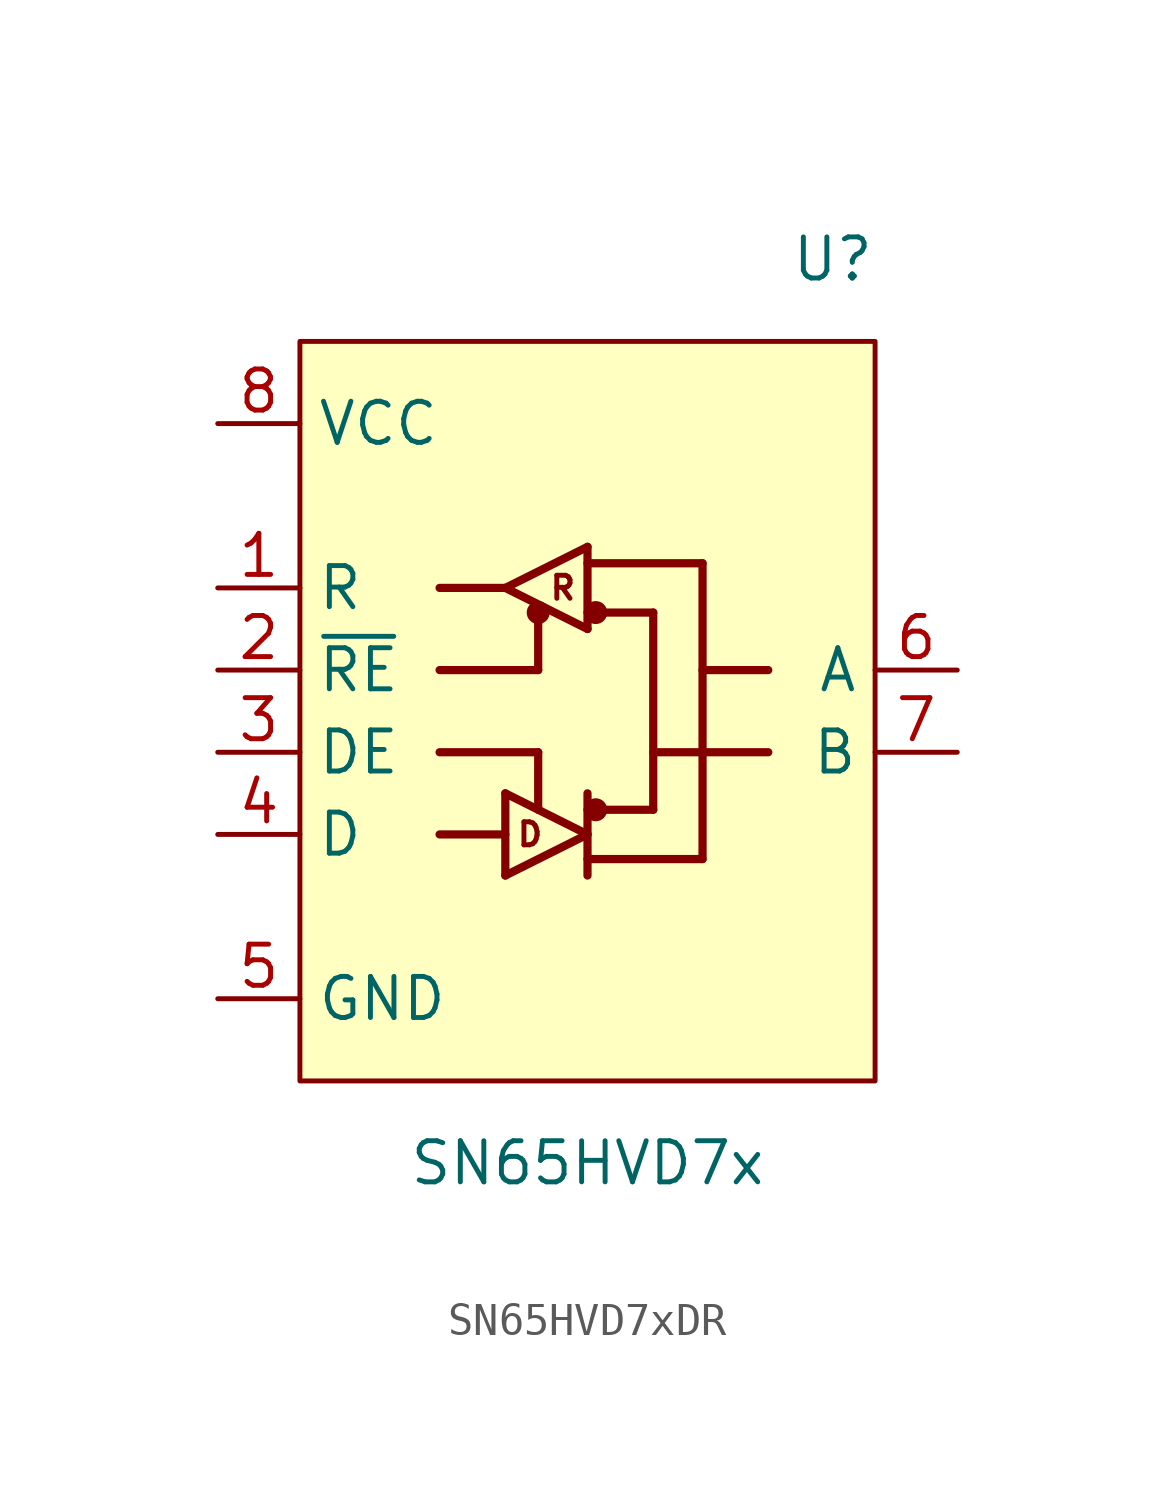
<source format=kicad_sym>
(kicad_symbol_lib
  (version 20231120)
  (generator "kicad_symbol_editor")
  (generator_version "8.0")
  (symbol "SN65HVD7xDR"
    (property "Reference" "U"
      (at 8.89 13.97 0)
      (effects (font (size 1.27 1.27)) (justify right)))
    (property "Value" "SN65HVD7x"
      (at 0 -13.97 0)
      (effects (font (size 1.27 1.27))))
    (symbol "SN65HVD7xDR_0_0"
      (pin output line (at -11.43 3.81 0) (length 2.54) (name "R" (effects (font (size 1.27 1.27)))) (number "1" (effects (font (size 1.27 1.27)))))
      (pin input line (at -11.43 1.27 0) (length 2.54) (name "~{RE}" (effects (font (size 1.27 1.27)))) (number "2" (effects (font (size 1.27 1.27)))))
      (pin input line (at -11.43 -1.27 0) (length 2.54) (name "DE" (effects (font (size 1.27 1.27)))) (number "3" (effects (font (size 1.27 1.27)))))
      (pin input line (at -11.43 -3.81 0) (length 2.54) (name "D" (effects (font (size 1.27 1.27)))) (number "4" (effects (font (size 1.27 1.27)))))
      (pin power_in line (at -11.43 -8.89 0) (length 2.54) (name "GND" (effects (font (size 1.27 1.27)))) (number "5" (effects (font (size 1.27 1.27)))))
      (pin bidirectional line (at 11.43 1.27 180) (length 2.54) (name "A" (effects (font (size 1.27 1.27)))) (number "6" (effects (font (size 1.27 1.27)))))
      (pin bidirectional line (at 11.43 -1.27 180) (length 2.54) (name "B" (effects (font (size 1.27 1.27)))) (number "7" (effects (font (size 1.27 1.27)))))
      (pin power_in line (at -11.43 8.89 0) (length 2.54) (name "VCC" (effects (font (size 1.27 1.27)))) (number "8" (effects (font (size 1.27 1.27))))))
    (symbol "SN65HVD7xDR_1_1"
      (rectangle (start -8.89 11.43) (end 8.89 -11.43) (stroke (width 0) (type default)) (fill (type background)))
      (circle (center -1.524 3.048) (radius 0.254) (stroke (width 0.203) (type default)) (fill (type outline)))
      (polyline (pts (xy -2.54 -5.08) (xy 0 -3.81)) (stroke (width 0.254) (type default)) (fill (type none)))
      (polyline (pts (xy -2.54 -3.81) (xy -4.572 -3.81)) (stroke (width 0.254) (type default)) (fill (type none)))
      (polyline (pts (xy -2.54 -2.54) (xy -2.54 -5.08)) (stroke (width 0.254) (type default)) (fill (type none)))
      (polyline (pts (xy -2.54 -2.54) (xy 0 -3.81)) (stroke (width 0.254) (type default)) (fill (type none)))
      (polyline (pts (xy -2.54 3.81) (xy -4.572 3.81)) (stroke (width 0.254) (type default)) (fill (type none)))
      (polyline (pts (xy -1.524 -1.27) (xy -4.572 -1.27)) (stroke (width 0.254) (type default)) (fill (type none)))
      (polyline (pts (xy -1.524 -1.27) (xy -1.524 -3.048)) (stroke (width 0.254) (type default)) (fill (type none)))
      (polyline (pts (xy -1.524 1.27) (xy -4.572 1.27)) (stroke (width 0.254) (type default)) (fill (type none)))
      (polyline (pts (xy -1.524 2.794) (xy -1.524 1.27)) (stroke (width 0.254) (type default)) (fill (type none)))
      (polyline (pts (xy 0 -4.572) (xy 3.556 -4.572)) (stroke (width 0.254) (type default)) (fill (type none)))
      (polyline (pts (xy 0 -3.048) (xy 2.032 -3.048)) (stroke (width 0.254) (type default)) (fill (type none)))
      (polyline (pts (xy 0 -2.54) (xy 0 -5.08)) (stroke (width 0.254) (type default)) (fill (type none)))
      (polyline (pts (xy 0 2.54) (xy -2.54 3.81)) (stroke (width 0.254) (type default)) (fill (type none)))
      (polyline (pts (xy 0 3.048) (xy 2.032 3.048)) (stroke (width 0.254) (type default)) (fill (type none)))
      (polyline (pts (xy 0 4.572) (xy 3.556 4.572)) (stroke (width 0.254) (type default)) (fill (type none)))
      (polyline (pts (xy 0 5.08) (xy -2.54 3.81)) (stroke (width 0.254) (type default)) (fill (type none)))
      (polyline (pts (xy 0 5.08) (xy 0 2.54)) (stroke (width 0.254) (type default)) (fill (type none)))
      (polyline (pts (xy 2.032 3.048) (xy 2.032 -3.048)) (stroke (width 0.254) (type default)) (fill (type none)))
      (polyline (pts (xy 3.556 4.572) (xy 3.556 -4.572)) (stroke (width 0.254) (type default)) (fill (type none)))
      (polyline (pts (xy 5.588 -1.27) (xy 2.032 -1.27)) (stroke (width 0.254) (type default)) (fill (type none)))
      (polyline (pts (xy 5.588 1.27) (xy 3.556 1.27)) (stroke (width 0.254) (type default)) (fill (type none)))
      (circle (center 0.254 -3.048) (radius 0.254) (stroke (width 0.203) (type default)) (fill (type outline)))
      (circle (center 0.254 3.048) (radius 0.254) (stroke (width 0.203) (type default)) (fill (type outline)))
      (text "D" (at -1.778 -3.81 0) (effects (font (size 0.711 0.711))))
      (text "R" (at -0.762 3.81 0) (effects (font (size 0.711 0.711)))))))
</source>
